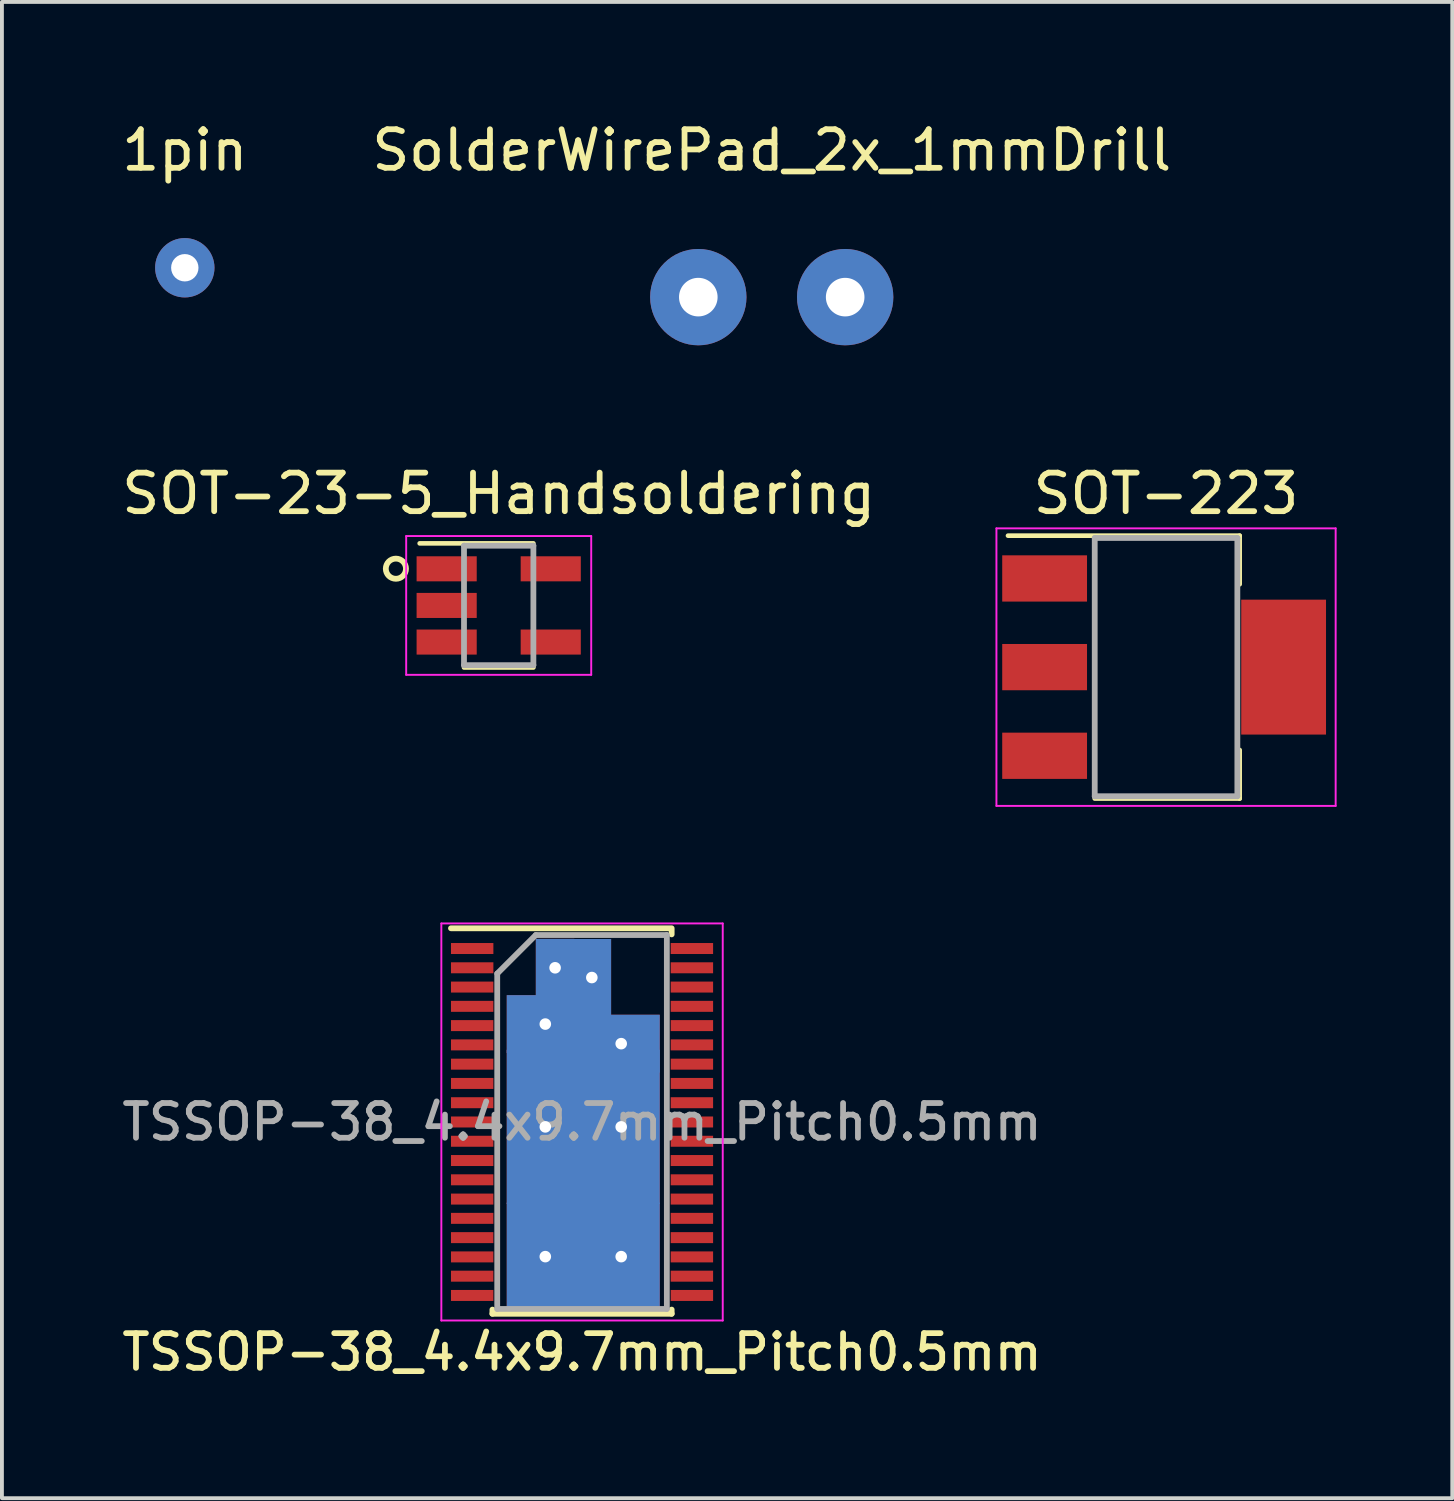
<source format=kicad_pcb>
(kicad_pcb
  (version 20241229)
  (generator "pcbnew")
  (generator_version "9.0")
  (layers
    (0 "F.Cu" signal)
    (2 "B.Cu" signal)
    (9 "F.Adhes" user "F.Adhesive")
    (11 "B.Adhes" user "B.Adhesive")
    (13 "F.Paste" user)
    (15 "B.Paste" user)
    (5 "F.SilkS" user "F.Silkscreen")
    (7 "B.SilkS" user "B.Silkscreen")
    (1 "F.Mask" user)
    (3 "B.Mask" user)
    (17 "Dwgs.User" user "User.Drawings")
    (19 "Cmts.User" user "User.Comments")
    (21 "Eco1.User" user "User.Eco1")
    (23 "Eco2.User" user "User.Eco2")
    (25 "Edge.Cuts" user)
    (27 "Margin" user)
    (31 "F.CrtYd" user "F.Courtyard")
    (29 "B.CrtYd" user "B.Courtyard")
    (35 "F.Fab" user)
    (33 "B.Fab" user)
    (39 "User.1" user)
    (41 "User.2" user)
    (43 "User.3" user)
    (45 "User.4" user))
  (footprint "SOT-223"
    (layer "F.Cu")
    (at 27.199 14.256)
    (property "Reference" "SOT-223" (at 0 -4.5 0) (layer "F.SilkS") (effects (font (size 1 1) (thickness 0.15))))
    (attr smd)
    (fp_line (start -4.1 -3.41) (end 1.91 -3.41) (stroke (width 0.12) (type solid)) (layer "F.SilkS"))
    (fp_line (start -1.85 3.41) (end 1.91 3.41) (stroke (width 0.12) (type solid)) (layer "F.SilkS"))
    (fp_line (start 1.91 -3.41) (end 1.91 -2.15) (stroke (width 0.12) (type solid)) (layer "F.SilkS"))
    (fp_line (start 1.91 3.41) (end 1.91 2.15) (stroke (width 0.12) (type solid)) (layer "F.SilkS"))
    (fp_line (start -4.4 -3.6) (end -4.4 3.6) (stroke (width 0.05) (type solid)) (layer "F.CrtYd"))
    (fp_line (start -4.4 3.6) (end 4.4 3.6) (stroke (width 0.05) (type solid)) (layer "F.CrtYd"))
    (fp_line (start 4.4 -3.6) (end -4.4 -3.6) (stroke (width 0.05) (type solid)) (layer "F.CrtYd"))
    (fp_line (start 4.4 3.6) (end 4.4 -3.6) (stroke (width 0.05) (type solid)) (layer "F.CrtYd"))
    (fp_line (start -1.85 -3.35) (end -1.85 3.35) (stroke (width 0.15) (type solid)) (layer "F.Fab"))
    (fp_line (start -1.85 -3.35) (end 1.85 -3.35) (stroke (width 0.15) (type solid)) (layer "F.Fab"))
    (fp_line (start -1.85 3.35) (end 1.85 3.35) (stroke (width 0.15) (type solid)) (layer "F.Fab"))
    (fp_line (start 1.85 -3.35) (end 1.85 3.35) (stroke (width 0.15) (type solid)) (layer "F.Fab"))
    (pad "1" smd rect (at -3.15 -2.3) (size 2.2 1.2) (layers "F.Cu" "F.Mask" "F.Paste"))
    (pad "2" smd rect (at -3.15 0) (size 2.2 1.2) (layers "F.Cu" "F.Mask" "F.Paste"))
    (pad "2" smd rect (at 3.05 0) (size 2.2 3.5) (layers "F.Cu" "F.Mask" "F.Paste"))
    (pad "3" smd rect (at -3.15 2.3) (size 2.2 1.2) (layers "F.Cu" "F.Mask" "F.Paste")))
  (footprint "SOT-23-5_Handsoldering"
    (layer "F.Cu")
    (at 9.887 12.656)
    (property "Reference" "SOT-23-5_Handsoldering" (at 0 -2.9 0) (layer "F.SilkS") (effects (font (size 1 1) (thickness 0.15))))
    (attr smd)
    (fp_line (start -0.9 1.61) (end 0.9 1.61) (stroke (width 0.12) (type solid)) (layer "F.SilkS"))
    (fp_line (start 0.9 -1.61) (end -2.05 -1.61) (stroke (width 0.12) (type solid)) (layer "F.SilkS"))
    (fp_circle (center -2.667 -0.953) (end -2.413 -1.016) (stroke (width 0.15) (type solid)) (fill no) (layer "F.SilkS"))
    (fp_line (start -2.4 -1.8) (end 2.4 -1.8) (stroke (width 0.05) (type solid)) (layer "F.CrtYd"))
    (fp_line (start -2.4 1.8) (end -2.4 -1.8) (stroke (width 0.05) (type solid)) (layer "F.CrtYd"))
    (fp_line (start 2.4 -1.8) (end 2.4 1.8) (stroke (width 0.05) (type solid)) (layer "F.CrtYd"))
    (fp_line (start 2.4 1.8) (end -2.4 1.8) (stroke (width 0.05) (type solid)) (layer "F.CrtYd"))
    (fp_line (start -0.9 -1.55) (end -0.9 1.55) (stroke (width 0.15) (type solid)) (layer "F.Fab"))
    (fp_line (start 0.9 -1.55) (end -0.9 -1.55) (stroke (width 0.15) (type solid)) (layer "F.Fab"))
    (fp_line (start 0.9 -1.55) (end 0.9 1.55) (stroke (width 0.15) (type solid)) (layer "F.Fab"))
    (fp_line (start 0.9 1.55) (end -0.9 1.55) (stroke (width 0.15) (type solid)) (layer "F.Fab"))
    (pad "1" smd rect (at -1.35 -0.95) (size 1.56 0.65) (layers "F.Cu" "F.Mask" "F.Paste"))
    (pad "2" smd rect (at -1.35 0) (size 1.56 0.65) (layers "F.Cu" "F.Mask" "F.Paste"))
    (pad "3" smd rect (at -1.35 0.95) (size 1.56 0.65) (layers "F.Cu" "F.Mask" "F.Paste"))
    (pad "4" smd rect (at 1.35 0.95) (size 1.56 0.65) (layers "F.Cu" "F.Mask" "F.Paste"))
    (pad "5" smd rect (at 1.35 -0.95) (size 1.56 0.65) (layers "F.Cu" "F.Mask" "F.Paste")))
  (footprint "1pin"
    (layer "F.Cu")
    (at 1.744 3.896)
    (property "Reference" "1pin" (at 0 -3.048 0) (layer "F.SilkS") (effects (font (size 1 1) (thickness 0.15))))
    (attr through_hole)
    (pad "1" thru_hole circle (at 0 0) (size 1.54 1.54) (drill 0.71) (layers "*.Cu" "*.Mask")))
  (footprint "SolderWirePad_2x_1mmDrill"
    (layer "F.Cu")
    (at 16.97 4.658)
    (property "Reference" "SolderWirePad_2x_1mmDrill" (at 0 -3.81 0) (layer "F.SilkS") (effects (font (size 1 1) (thickness 0.15))))
    (attr through_hole)
    (pad "1" thru_hole circle (at -1.905 0) (size 2.499 2.499) (drill 1.001) (layers "*.Cu" "*.Mask"))
    (pad "2" thru_hole circle (at 1.905 0) (size 2.499 2.499) (drill 1.001) (layers "*.Cu" "*.Mask")))
  (footprint "TSSOP-38_4.4x9.7mm_Pitch0.5mm"
    (layer "F.Cu")
    (at 12.049 26.056)
    (property "Reference" "TSSOP-38_4.4x9.7mm_Pitch0.5mm" (at 0 5.969 0) (layer "F.SilkS") (effects (font (size 0.9 0.9) (thickness 0.15))))
    (attr smd)
    (fp_line (start -3.4 -5.025) (end 2.325 -5.025) (stroke (width 0.15) (type solid)) (layer "F.SilkS"))
    (fp_line (start -2.325 4.975) (end -2.325 4.867) (stroke (width 0.15) (type solid)) (layer "F.SilkS"))
    (fp_line (start -2.325 4.975) (end 2.325 4.975) (stroke (width 0.15) (type solid)) (layer "F.SilkS"))
    (fp_line (start 2.325 -4.975) (end 2.325 -4.867) (stroke (width 0.15) (type solid)) (layer "F.SilkS"))
    (fp_line (start 2.325 4.975) (end 2.325 4.867) (stroke (width 0.15) (type solid)) (layer "F.SilkS"))
    (fp_line (start -3.65 -5.15) (end -3.65 5.15) (stroke (width 0.05) (type solid)) (layer "F.CrtYd"))
    (fp_line (start -3.65 -5.15) (end 3.65 -5.15) (stroke (width 0.05) (type solid)) (layer "F.CrtYd"))
    (fp_line (start -3.65 5.15) (end 3.65 5.15) (stroke (width 0.05) (type solid)) (layer "F.CrtYd"))
    (fp_line (start 3.65 -5.15) (end 3.65 5.15) (stroke (width 0.05) (type solid)) (layer "F.CrtYd"))
    (fp_line (start -2.2 -3.85) (end -1.2 -4.85) (stroke (width 0.15) (type solid)) (layer "F.Fab"))
    (fp_line (start -2.2 4.85) (end -2.2 -3.85) (stroke (width 0.15) (type solid)) (layer "F.Fab"))
    (fp_line (start -1.2 -4.85) (end 2.2 -4.85) (stroke (width 0.15) (type solid)) (layer "F.Fab"))
    (fp_line (start 2.2 -4.85) (end 2.2 4.85) (stroke (width 0.15) (type solid)) (layer "F.Fab"))
    (fp_line (start 2.2 4.85) (end -2.2 4.85) (stroke (width 0.15) (type solid)) (layer "F.Fab"))
    (fp_text user "${REFERENCE}" (at 0 0 0) (layer "F.Fab") (effects (font (size 0.9 0.9) (thickness 0.15))))
    (pad "1" smd rect (at -2.85 -4.5) (size 1.1 0.285) (layers "F.Cu" "F.Mask" "F.Paste"))
    (pad "2" smd rect (at -2.85 -4) (size 1.1 0.285) (layers "F.Cu" "F.Mask" "F.Paste"))
    (pad "3" smd rect (at -2.85 -3.5) (size 1.1 0.285) (layers "F.Cu" "F.Mask" "F.Paste"))
    (pad "4" smd rect (at -2.85 -3) (size 1.1 0.285) (layers "F.Cu" "F.Mask" "F.Paste"))
    (pad "5" smd rect (at -2.85 -2.5) (size 1.1 0.285) (layers "F.Cu" "F.Mask" "F.Paste"))
    (pad "6" smd rect (at -2.85 -2) (size 1.1 0.285) (layers "F.Cu" "F.Mask" "F.Paste"))
    (pad "7" smd rect (at -2.85 -1.5) (size 1.1 0.285) (layers "F.Cu" "F.Mask" "F.Paste"))
    (pad "8" smd rect (at -2.85 -1) (size 1.1 0.285) (layers "F.Cu" "F.Mask" "F.Paste"))
    (pad "9" smd rect (at -2.85 -0.5) (size 1.1 0.285) (layers "F.Cu" "F.Mask" "F.Paste"))
    (pad "10" smd rect (at -2.85 0) (size 1.1 0.285) (layers "F.Cu" "F.Mask" "F.Paste"))
    (pad "11" smd rect (at -2.85 0.5) (size 1.1 0.285) (layers "F.Cu" "F.Mask" "F.Paste"))
    (pad "12" smd rect (at -2.85 1) (size 1.1 0.285) (layers "F.Cu" "F.Mask" "F.Paste"))
    (pad "13" smd rect (at -2.85 1.5) (size 1.1 0.285) (layers "F.Cu" "F.Mask" "F.Paste"))
    (pad "14" smd rect (at -2.85 2) (size 1.1 0.285) (layers "F.Cu" "F.Mask" "F.Paste"))
    (pad "15" smd rect (at -2.85 2.5) (size 1.1 0.285) (layers "F.Cu" "F.Mask" "F.Paste"))
    (pad "16" smd rect (at -2.85 3) (size 1.1 0.285) (layers "F.Cu" "F.Mask" "F.Paste"))
    (pad "17" smd rect (at -2.85 3.5) (size 1.1 0.285) (layers "F.Cu" "F.Mask" "F.Paste"))
    (pad "18" smd rect (at -2.85 4) (size 1.1 0.285) (layers "F.Cu" "F.Mask" "F.Paste"))
    (pad "19" smd rect (at -2.85 4.5) (size 1.1 0.285) (layers "F.Cu" "F.Mask" "F.Paste"))
    (pad "19" thru_hole rect (at -0.953 -2.54) (size 2 1.5) (drill 0.3) (layers "*.Cu"))
    (pad "19" thru_hole rect (at -0.953 0.127) (size 2 4) (drill 0.3) (layers "*.Cu"))
    (pad "19" thru_hole rect (at -0.953 3.493) (size 2 2.8) (drill 0.3) (layers "*.Cu"))
    (pad "19" thru_hole rect (at -0.699 -4) (size 1 1.5) (drill 0.3) (layers "*.Cu" "*.Mask"))
    (pad "19" thru_hole rect (at 0.254 -3.747) (size 1 2) (drill 0.3) (layers "*.Cu" "*.Mask"))
    (pad "19" thru_hole rect (at 1.016 -2.032) (size 2 1.5) (drill 0.3) (layers "*.Cu"))
    (pad "19" thru_hole rect (at 1.016 0.127) (size 2 4) (drill 0.3) (layers "*.Cu"))
    (pad "19" thru_hole rect (at 1.016 3.493) (size 2 2.8) (drill 0.3) (layers "*.Cu"))
    (pad "20" smd rect (at 2.85 4.5) (size 1.1 0.285) (layers "F.Cu" "F.Mask" "F.Paste"))
    (pad "21" smd rect (at 2.85 4) (size 1.1 0.285) (layers "F.Cu" "F.Mask" "F.Paste"))
    (pad "22" smd rect (at 2.85 3.5) (size 1.1 0.285) (layers "F.Cu" "F.Mask" "F.Paste"))
    (pad "23" smd rect (at 2.85 3) (size 1.1 0.285) (layers "F.Cu" "F.Mask" "F.Paste"))
    (pad "24" smd rect (at 2.85 2.5) (size 1.1 0.285) (layers "F.Cu" "F.Mask" "F.Paste"))
    (pad "25" smd rect (at 2.85 2) (size 1.1 0.285) (layers "F.Cu" "F.Mask" "F.Paste"))
    (pad "26" smd rect (at 2.85 1.5) (size 1.1 0.285) (layers "F.Cu" "F.Mask" "F.Paste"))
    (pad "27" smd rect (at 2.85 1) (size 1.1 0.285) (layers "F.Cu" "F.Mask" "F.Paste"))
    (pad "28" smd rect (at 2.85 0.5) (size 1.1 0.285) (layers "F.Cu" "F.Mask" "F.Paste"))
    (pad "29" smd rect (at 2.85 0) (size 1.1 0.285) (layers "F.Cu" "F.Mask" "F.Paste"))
    (pad "30" smd rect (at 2.85 -0.5) (size 1.1 0.285) (layers "F.Cu" "F.Mask" "F.Paste"))
    (pad "31" smd rect (at 2.85 -1) (size 1.1 0.285) (layers "F.Cu" "F.Mask" "F.Paste"))
    (pad "32" smd rect (at 2.85 -1.5) (size 1.1 0.285) (layers "F.Cu" "F.Mask" "F.Paste"))
    (pad "33" smd rect (at 2.85 -2) (size 1.1 0.285) (layers "F.Cu" "F.Mask" "F.Paste"))
    (pad "34" smd rect (at 2.85 -2.5) (size 1.1 0.285) (layers "F.Cu" "F.Mask" "F.Paste"))
    (pad "35" smd rect (at 2.85 -3) (size 1.1 0.285) (layers "F.Cu" "F.Mask" "F.Paste"))
    (pad "36" smd rect (at 2.85 -3.5) (size 1.1 0.285) (layers "F.Cu" "F.Mask" "F.Paste"))
    (pad "37" smd rect (at 2.85 -4) (size 1.1 0.285) (layers "F.Cu" "F.Mask" "F.Paste"))
    (pad "38" smd rect (at 2.85 -4.5) (size 1.1 0.285) (layers "F.Cu" "F.Mask" "F.Paste")))
  (gr_rect
    (start -3 -3)
    (end 34.624 35.815)
    (stroke (width 0.1) (type default))
    (fill no)
    (layer "Edge.Cuts")))
</source>
